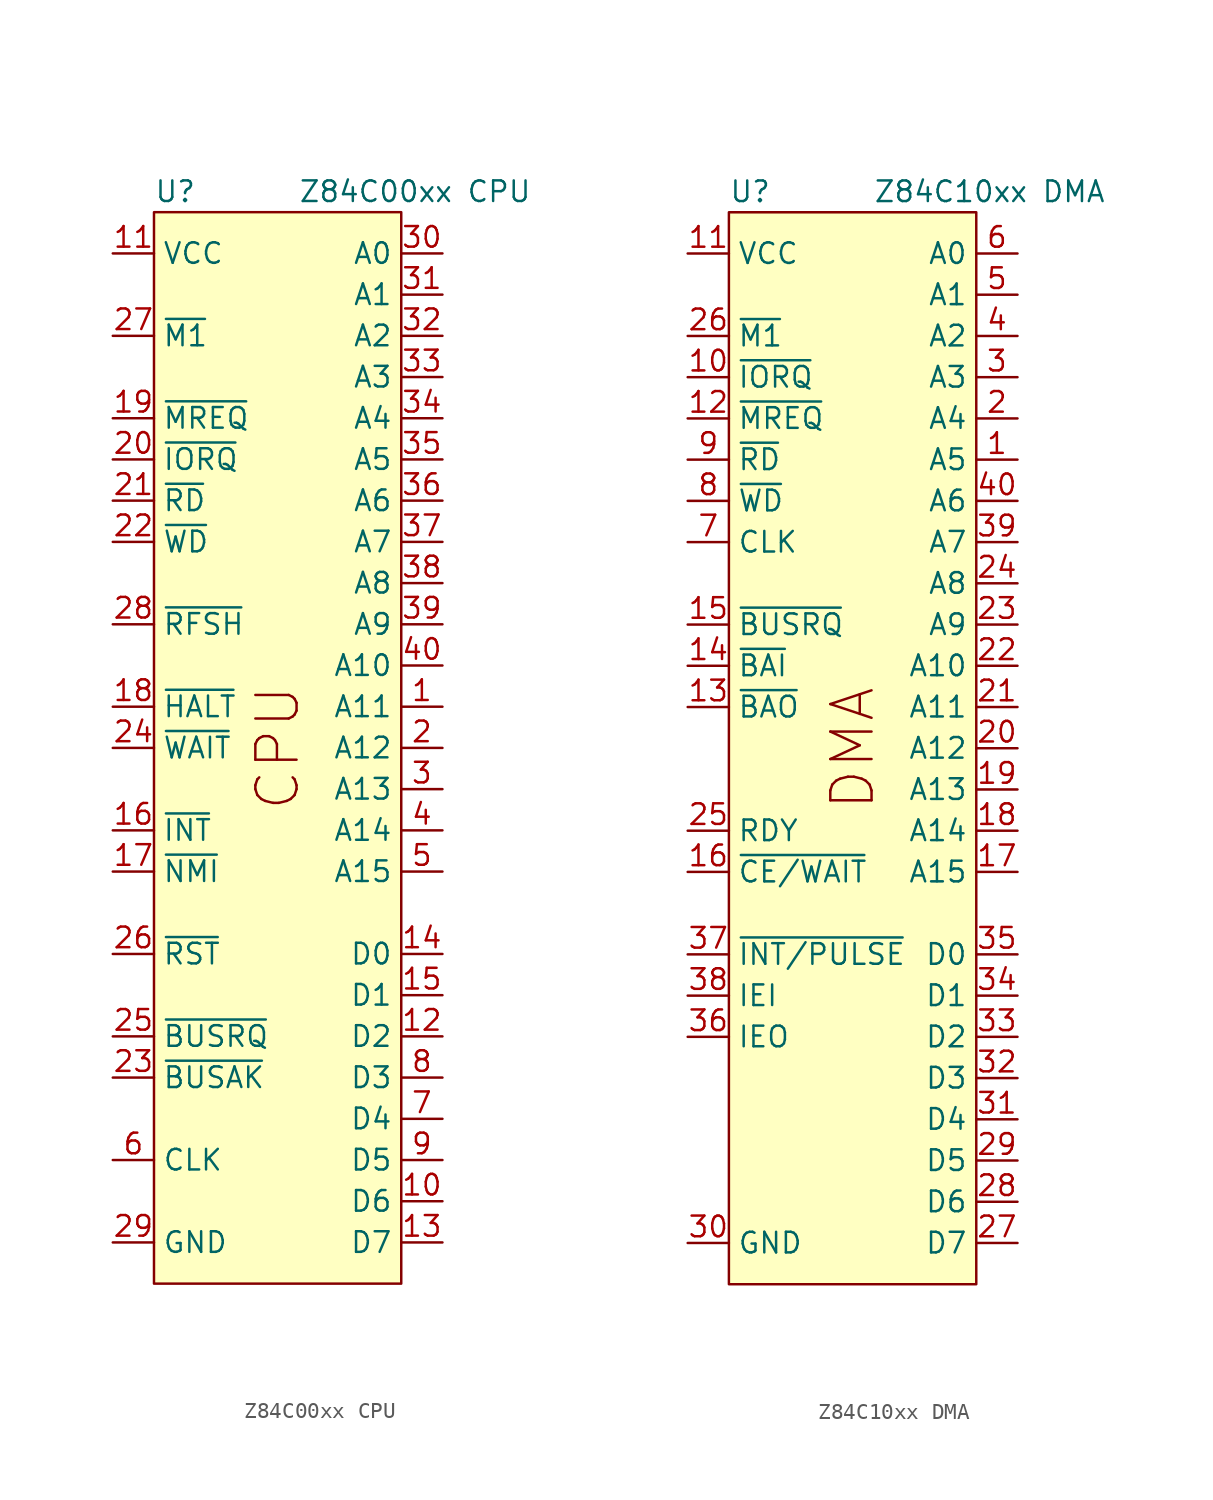
<source format=kicad_sym>
(kicad_symbol_lib
  (version 20211014)
  (generator kicad_symbol_editor)
  (symbol "Z84C00xx CPU"
    (property "Reference" "U"
      (at -7.62 1.27 0)
      (effects (font (size 1.27 1.27)) (justify left)))
    (property "Value" "Z84C00xx CPU"
      (at 1.27 1.27 0)
      (effects (font (size 1.27 1.27)) (justify left)))
    (symbol "Z84C00xx CPU_0_0"
      (text "CPU" (at 0 -33.02 900) (effects (font (size 2.54 2.54)))))
    (symbol "Z84C00xx CPU_0_1"
      (rectangle (start -7.62 0) (end 7.62 -66.04) (stroke (width 0.152) (type default) (color 0 0 0 0)) (fill (type background))))
    (symbol "Z84C00xx CPU_1_1"
      (pin output line (at 10.16 -30.48 180) (length 2.54) (name "A11" (effects (font (size 1.27 1.27)))) (number "1" (effects (font (size 1.27 1.27)))))
      (pin bidirectional line (at 10.16 -60.96 180) (length 2.54) (name "D6" (effects (font (size 1.27 1.27)))) (number "10" (effects (font (size 1.27 1.27)))))
      (pin power_in line (at -10.16 -2.54 0) (length 2.54) (name "VCC" (effects (font (size 1.27 1.27)))) (number "11" (effects (font (size 1.27 1.27)))))
      (pin bidirectional line (at 10.16 -50.8 180) (length 2.54) (name "D2" (effects (font (size 1.27 1.27)))) (number "12" (effects (font (size 1.27 1.27)))))
      (pin bidirectional line (at 10.16 -63.5 180) (length 2.54) (name "D7" (effects (font (size 1.27 1.27)))) (number "13" (effects (font (size 1.27 1.27)))))
      (pin bidirectional line (at 10.16 -45.72 180) (length 2.54) (name "D0" (effects (font (size 1.27 1.27)))) (number "14" (effects (font (size 1.27 1.27)))))
      (pin bidirectional line (at 10.16 -48.26 180) (length 2.54) (name "D1" (effects (font (size 1.27 1.27)))) (number "15" (effects (font (size 1.27 1.27)))))
      (pin input line (at -10.16 -38.1 0) (length 2.54) (name "~{INT}" (effects (font (size 1.27 1.27)))) (number "16" (effects (font (size 1.27 1.27)))))
      (pin input line (at -10.16 -40.64 0) (length 2.54) (name "~{NMI}" (effects (font (size 1.27 1.27)))) (number "17" (effects (font (size 1.27 1.27)))))
      (pin output line (at -10.16 -30.48 0) (length 2.54) (name "~{HALT}" (effects (font (size 1.27 1.27)))) (number "18" (effects (font (size 1.27 1.27)))))
      (pin output line (at -10.16 -12.7 0) (length 2.54) (name "~{MREQ}" (effects (font (size 1.27 1.27)))) (number "19" (effects (font (size 1.27 1.27)))))
      (pin output line (at 10.16 -33.02 180) (length 2.54) (name "A12" (effects (font (size 1.27 1.27)))) (number "2" (effects (font (size 1.27 1.27)))))
      (pin output line (at -10.16 -15.24 0) (length 2.54) (name "~{IORQ}" (effects (font (size 1.27 1.27)))) (number "20" (effects (font (size 1.27 1.27)))))
      (pin output line (at -10.16 -17.78 0) (length 2.54) (name "~{RD}" (effects (font (size 1.27 1.27)))) (number "21" (effects (font (size 1.27 1.27)))))
      (pin output line (at -10.16 -20.32 0) (length 2.54) (name "~{WD}" (effects (font (size 1.27 1.27)))) (number "22" (effects (font (size 1.27 1.27)))))
      (pin output line (at -10.16 -53.34 0) (length 2.54) (name "~{BUSAK}" (effects (font (size 1.27 1.27)))) (number "23" (effects (font (size 1.27 1.27)))))
      (pin input line (at -10.16 -33.02 0) (length 2.54) (name "~{WAIT}" (effects (font (size 1.27 1.27)))) (number "24" (effects (font (size 1.27 1.27)))))
      (pin input line (at -10.16 -50.8 0) (length 2.54) (name "~{BUSRQ}" (effects (font (size 1.27 1.27)))) (number "25" (effects (font (size 1.27 1.27)))))
      (pin input line (at -10.16 -45.72 0) (length 2.54) (name "~{RST}" (effects (font (size 1.27 1.27)))) (number "26" (effects (font (size 1.27 1.27)))))
      (pin output line (at -10.16 -7.62 0) (length 2.54) (name "~{M1}" (effects (font (size 1.27 1.27)))) (number "27" (effects (font (size 1.27 1.27)))))
      (pin output line (at -10.16 -25.4 0) (length 2.54) (name "~{RFSH}" (effects (font (size 1.27 1.27)))) (number "28" (effects (font (size 1.27 1.27)))))
      (pin power_in line (at -10.16 -63.5 0) (length 2.54) (name "GND" (effects (font (size 1.27 1.27)))) (number "29" (effects (font (size 1.27 1.27)))))
      (pin output line (at 10.16 -35.56 180) (length 2.54) (name "A13" (effects (font (size 1.27 1.27)))) (number "3" (effects (font (size 1.27 1.27)))))
      (pin output line (at 10.16 -2.54 180) (length 2.54) (name "A0" (effects (font (size 1.27 1.27)))) (number "30" (effects (font (size 1.27 1.27)))))
      (pin output line (at 10.16 -5.08 180) (length 2.54) (name "A1" (effects (font (size 1.27 1.27)))) (number "31" (effects (font (size 1.27 1.27)))))
      (pin output line (at 10.16 -7.62 180) (length 2.54) (name "A2" (effects (font (size 1.27 1.27)))) (number "32" (effects (font (size 1.27 1.27)))))
      (pin output line (at 10.16 -10.16 180) (length 2.54) (name "A3" (effects (font (size 1.27 1.27)))) (number "33" (effects (font (size 1.27 1.27)))))
      (pin output line (at 10.16 -12.7 180) (length 2.54) (name "A4" (effects (font (size 1.27 1.27)))) (number "34" (effects (font (size 1.27 1.27)))))
      (pin output line (at 10.16 -15.24 180) (length 2.54) (name "A5" (effects (font (size 1.27 1.27)))) (number "35" (effects (font (size 1.27 1.27)))))
      (pin output line (at 10.16 -17.78 180) (length 2.54) (name "A6" (effects (font (size 1.27 1.27)))) (number "36" (effects (font (size 1.27 1.27)))))
      (pin output line (at 10.16 -20.32 180) (length 2.54) (name "A7" (effects (font (size 1.27 1.27)))) (number "37" (effects (font (size 1.27 1.27)))))
      (pin output line (at 10.16 -22.86 180) (length 2.54) (name "A8" (effects (font (size 1.27 1.27)))) (number "38" (effects (font (size 1.27 1.27)))))
      (pin output line (at 10.16 -25.4 180) (length 2.54) (name "A9" (effects (font (size 1.27 1.27)))) (number "39" (effects (font (size 1.27 1.27)))))
      (pin output line (at 10.16 -38.1 180) (length 2.54) (name "A14" (effects (font (size 1.27 1.27)))) (number "4" (effects (font (size 1.27 1.27)))))
      (pin output line (at 10.16 -27.94 180) (length 2.54) (name "A10" (effects (font (size 1.27 1.27)))) (number "40" (effects (font (size 1.27 1.27)))))
      (pin output line (at 10.16 -40.64 180) (length 2.54) (name "A15" (effects (font (size 1.27 1.27)))) (number "5" (effects (font (size 1.27 1.27)))))
      (pin input line (at -10.16 -58.42 0) (length 2.54) (name "CLK" (effects (font (size 1.27 1.27)))) (number "6" (effects (font (size 1.27 1.27)))))
      (pin bidirectional line (at 10.16 -55.88 180) (length 2.54) (name "D4" (effects (font (size 1.27 1.27)))) (number "7" (effects (font (size 1.27 1.27)))))
      (pin bidirectional line (at 10.16 -53.34 180) (length 2.54) (name "D3" (effects (font (size 1.27 1.27)))) (number "8" (effects (font (size 1.27 1.27)))))
      (pin bidirectional line (at 10.16 -58.42 180) (length 2.54) (name "D5" (effects (font (size 1.27 1.27)))) (number "9" (effects (font (size 1.27 1.27)))))))
  (symbol "Z84C10xx DMA"
    (property "Reference" "U"
      (at -7.62 1.27 0)
      (effects (font (size 1.27 1.27)) (justify left)))
    (property "Value" "Z84C10xx DMA"
      (at 1.27 1.27 0)
      (effects (font (size 1.27 1.27)) (justify left)))
    (symbol "Z84C10xx DMA_0_0"
      (text "DMA" (at 0 -33.02 900) (effects (font (size 2.54 2.54)))))
    (symbol "Z84C10xx DMA_0_1"
      (rectangle (start -7.62 0) (end 7.62 -66.04) (stroke (width 0.152) (type default) (color 0 0 0 0)) (fill (type background))))
    (symbol "Z84C10xx DMA_1_1"
      (pin output line (at 10.16 -15.24 180) (length 2.54) (name "A5" (effects (font (size 1.27 1.27)))) (number "1" (effects (font (size 1.27 1.27)))))
      (pin bidirectional line (at -10.16 -10.16 0) (length 2.54) (name "~{IORQ}" (effects (font (size 1.27 1.27)))) (number "10" (effects (font (size 1.27 1.27)))))
      (pin power_in line (at -10.16 -2.54 0) (length 2.54) (name "VCC" (effects (font (size 1.27 1.27)))) (number "11" (effects (font (size 1.27 1.27)))))
      (pin output line (at -10.16 -12.7 0) (length 2.54) (name "~{MREQ}" (effects (font (size 1.27 1.27)))) (number "12" (effects (font (size 1.27 1.27)))))
      (pin output line (at -10.16 -30.48 0) (length 2.54) (name "~{BAO}" (effects (font (size 1.27 1.27)))) (number "13" (effects (font (size 1.27 1.27)))))
      (pin input line (at -10.16 -27.94 0) (length 2.54) (name "~{BAI}" (effects (font (size 1.27 1.27)))) (number "14" (effects (font (size 1.27 1.27)))))
      (pin bidirectional line (at -10.16 -25.4 0) (length 2.54) (name "~{BUSRQ}" (effects (font (size 1.27 1.27)))) (number "15" (effects (font (size 1.27 1.27)))))
      (pin output line (at -10.16 -40.64 0) (length 2.54) (name "~{CE/WAIT}" (effects (font (size 1.27 1.27)))) (number "16" (effects (font (size 1.27 1.27)))))
      (pin output line (at 10.16 -40.64 180) (length 2.54) (name "A15" (effects (font (size 1.27 1.27)))) (number "17" (effects (font (size 1.27 1.27)))))
      (pin output line (at 10.16 -38.1 180) (length 2.54) (name "A14" (effects (font (size 1.27 1.27)))) (number "18" (effects (font (size 1.27 1.27)))))
      (pin output line (at 10.16 -35.56 180) (length 2.54) (name "A13" (effects (font (size 1.27 1.27)))) (number "19" (effects (font (size 1.27 1.27)))))
      (pin output line (at 10.16 -12.7 180) (length 2.54) (name "A4" (effects (font (size 1.27 1.27)))) (number "2" (effects (font (size 1.27 1.27)))))
      (pin output line (at 10.16 -33.02 180) (length 2.54) (name "A12" (effects (font (size 1.27 1.27)))) (number "20" (effects (font (size 1.27 1.27)))))
      (pin output line (at 10.16 -30.48 180) (length 2.54) (name "A11" (effects (font (size 1.27 1.27)))) (number "21" (effects (font (size 1.27 1.27)))))
      (pin output line (at 10.16 -27.94 180) (length 2.54) (name "A10" (effects (font (size 1.27 1.27)))) (number "22" (effects (font (size 1.27 1.27)))))
      (pin output line (at 10.16 -25.4 180) (length 2.54) (name "A9" (effects (font (size 1.27 1.27)))) (number "23" (effects (font (size 1.27 1.27)))))
      (pin output line (at 10.16 -22.86 180) (length 2.54) (name "A8" (effects (font (size 1.27 1.27)))) (number "24" (effects (font (size 1.27 1.27)))))
      (pin input line (at -10.16 -38.1 0) (length 2.54) (name "RDY" (effects (font (size 1.27 1.27)))) (number "25" (effects (font (size 1.27 1.27)))))
      (pin input line (at -10.16 -7.62 0) (length 2.54) (name "~{M1}" (effects (font (size 1.27 1.27)))) (number "26" (effects (font (size 1.27 1.27)))))
      (pin bidirectional line (at 10.16 -63.5 180) (length 2.54) (name "D7" (effects (font (size 1.27 1.27)))) (number "27" (effects (font (size 1.27 1.27)))))
      (pin bidirectional line (at 10.16 -60.96 180) (length 2.54) (name "D6" (effects (font (size 1.27 1.27)))) (number "28" (effects (font (size 1.27 1.27)))))
      (pin bidirectional line (at 10.16 -58.42 180) (length 2.54) (name "D5" (effects (font (size 1.27 1.27)))) (number "29" (effects (font (size 1.27 1.27)))))
      (pin output line (at 10.16 -10.16 180) (length 2.54) (name "A3" (effects (font (size 1.27 1.27)))) (number "3" (effects (font (size 1.27 1.27)))))
      (pin power_in line (at -10.16 -63.5 0) (length 2.54) (name "GND" (effects (font (size 1.27 1.27)))) (number "30" (effects (font (size 1.27 1.27)))))
      (pin bidirectional line (at 10.16 -55.88 180) (length 2.54) (name "D4" (effects (font (size 1.27 1.27)))) (number "31" (effects (font (size 1.27 1.27)))))
      (pin bidirectional line (at 10.16 -53.34 180) (length 2.54) (name "D3" (effects (font (size 1.27 1.27)))) (number "32" (effects (font (size 1.27 1.27)))))
      (pin bidirectional line (at 10.16 -50.8 180) (length 2.54) (name "D2" (effects (font (size 1.27 1.27)))) (number "33" (effects (font (size 1.27 1.27)))))
      (pin bidirectional line (at 10.16 -48.26 180) (length 2.54) (name "D1" (effects (font (size 1.27 1.27)))) (number "34" (effects (font (size 1.27 1.27)))))
      (pin bidirectional line (at 10.16 -45.72 180) (length 2.54) (name "D0" (effects (font (size 1.27 1.27)))) (number "35" (effects (font (size 1.27 1.27)))))
      (pin output line (at -10.16 -50.8 0) (length 2.54) (name "IEO" (effects (font (size 1.27 1.27)))) (number "36" (effects (font (size 1.27 1.27)))))
      (pin open_collector line (at -10.16 -45.72 0) (length 2.54) (name "~{INT/PULSE}" (effects (font (size 1.27 1.27)))) (number "37" (effects (font (size 1.27 1.27)))))
      (pin input line (at -10.16 -48.26 0) (length 2.54) (name "IEI" (effects (font (size 1.27 1.27)))) (number "38" (effects (font (size 1.27 1.27)))))
      (pin output line (at 10.16 -20.32 180) (length 2.54) (name "A7" (effects (font (size 1.27 1.27)))) (number "39" (effects (font (size 1.27 1.27)))))
      (pin output line (at 10.16 -7.62 180) (length 2.54) (name "A2" (effects (font (size 1.27 1.27)))) (number "4" (effects (font (size 1.27 1.27)))))
      (pin output line (at 10.16 -17.78 180) (length 2.54) (name "A6" (effects (font (size 1.27 1.27)))) (number "40" (effects (font (size 1.27 1.27)))))
      (pin output line (at 10.16 -5.08 180) (length 2.54) (name "A1" (effects (font (size 1.27 1.27)))) (number "5" (effects (font (size 1.27 1.27)))))
      (pin output line (at 10.16 -2.54 180) (length 2.54) (name "A0" (effects (font (size 1.27 1.27)))) (number "6" (effects (font (size 1.27 1.27)))))
      (pin input line (at -10.16 -20.32 0) (length 2.54) (name "CLK" (effects (font (size 1.27 1.27)))) (number "7" (effects (font (size 1.27 1.27)))))
      (pin bidirectional line (at -10.16 -17.78 0) (length 2.54) (name "~{WD}" (effects (font (size 1.27 1.27)))) (number "8" (effects (font (size 1.27 1.27)))))
      (pin bidirectional line (at -10.16 -15.24 0) (length 2.54) (name "~{RD}" (effects (font (size 1.27 1.27)))) (number "9" (effects (font (size 1.27 1.27))))))))
</source>
